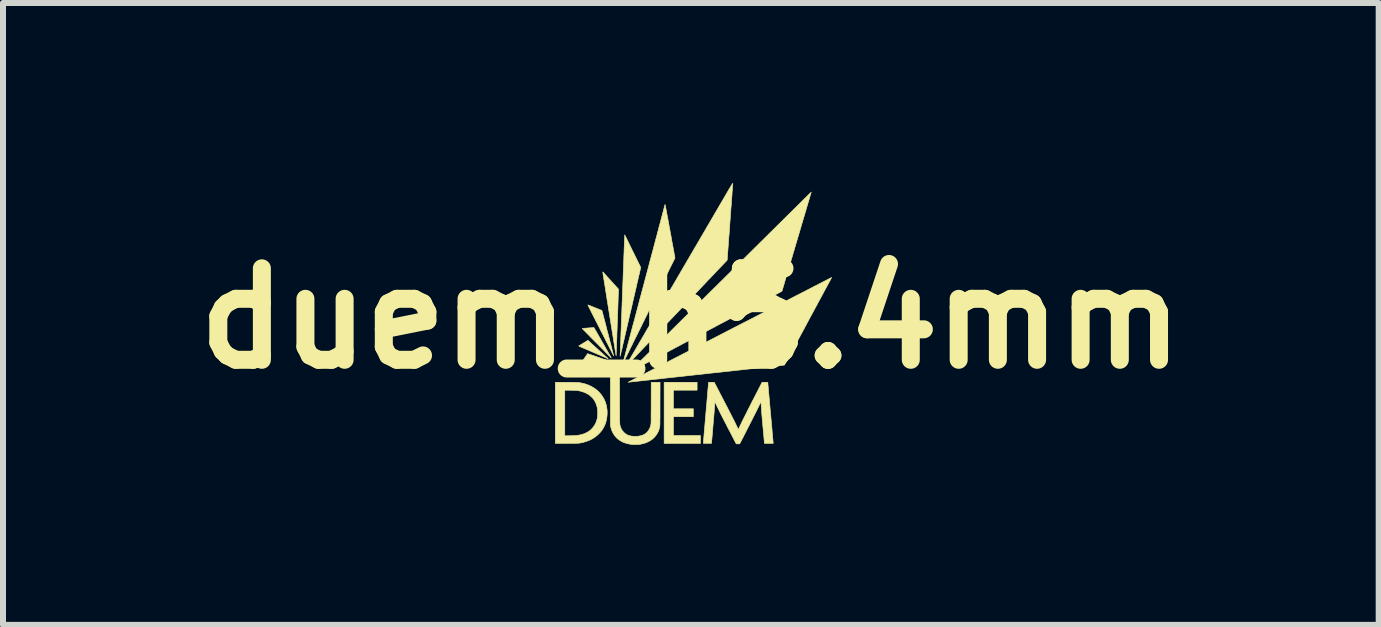
<source format=kicad_pcb>
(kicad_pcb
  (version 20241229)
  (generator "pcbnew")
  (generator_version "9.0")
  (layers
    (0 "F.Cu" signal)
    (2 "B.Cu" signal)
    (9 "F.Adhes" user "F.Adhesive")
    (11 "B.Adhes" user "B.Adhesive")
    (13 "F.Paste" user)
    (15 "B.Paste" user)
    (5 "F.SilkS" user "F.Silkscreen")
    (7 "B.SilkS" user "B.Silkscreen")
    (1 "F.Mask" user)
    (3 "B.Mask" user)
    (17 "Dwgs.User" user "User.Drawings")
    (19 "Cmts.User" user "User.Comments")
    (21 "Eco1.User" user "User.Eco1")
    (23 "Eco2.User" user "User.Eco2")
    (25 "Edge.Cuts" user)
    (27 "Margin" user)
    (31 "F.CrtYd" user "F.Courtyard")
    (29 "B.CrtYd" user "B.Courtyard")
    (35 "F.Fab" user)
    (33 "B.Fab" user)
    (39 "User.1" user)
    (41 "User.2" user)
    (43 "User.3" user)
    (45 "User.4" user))
  (footprint "duem_h5.4mm"
    (layer "F.Cu")
    (at 8.462 2.256)
    (property "Reference" "duem_h5.4mm" (at 0 0 0) (layer "F.SilkS") (effects (font (size 1.524 1.524) (thickness 0.3))))
    (attr through_hole)
    (fp_poly (pts (xy 0.104 1.196) (xy -0.29 1.196) (xy -0.29 1.506) (xy 0.041 1.506) (xy 0.041 1.638) (xy -0.29 1.638) (xy -0.29 1.951) (xy 0.16 1.951) (xy 0.16 2.083) (xy -0.445 2.083) (xy -0.445 1.064) (xy 0.104 1.064) (xy 0.104 1.196)) (stroke (width 0.01) (type solid)) (fill yes) (layer "F.SilkS"))
    (fp_poly (pts (xy -1.566 0.64) (xy -1.54 0.649) (xy -1.515 0.657) (xy -1.492 0.665) (xy -1.471 0.673) (xy -1.453 0.679) (xy -1.438 0.684) (xy -1.426 0.688) (xy -1.419 0.691) (xy -1.416 0.693) (xy -1.415 0.693) (xy -1.418 0.693) (xy -1.426 0.694) (xy -1.438 0.695) (xy -1.454 0.696) (xy -1.473 0.697) (xy -1.495 0.699) (xy -1.52 0.7) (xy -1.547 0.702) (xy -1.575 0.704) (xy -1.598 0.706) (xy -1.628 0.708) (xy -1.657 0.71) (xy -1.684 0.712) (xy -1.71 0.714) (xy -1.733 0.716) (xy -1.753 0.717) (xy -1.77 0.718) (xy -1.782 0.719) (xy -1.791 0.72) (xy -1.794 0.72) (xy -1.802 0.721) (xy -1.809 0.721) (xy -1.811 0.72) (xy -1.811 0.72) (xy -1.81 0.718) (xy -1.806 0.711) (xy -1.8 0.702) (xy -1.792 0.69) (xy -1.782 0.676) (xy -1.771 0.661) (xy -1.766 0.653) (xy -1.721 0.587) (xy -1.566 0.64)) (stroke (width 0.01) (type solid)) (fill yes) (layer "F.SilkS"))
    (fp_poly (pts (xy -1.451 0.727) (xy -1.454 0.728) (xy -1.46 0.732) (xy -1.469 0.738) (xy -1.483 0.745) (xy -1.499 0.754) (xy -1.517 0.764) (xy -1.538 0.776) (xy -1.561 0.789) (xy -1.585 0.802) (xy -1.587 0.803) (xy -1.613 0.818) (xy -1.638 0.831) (xy -1.66 0.843) (xy -1.679 0.853) (xy -1.694 0.862) (xy -1.707 0.868) (xy -1.715 0.872) (xy -1.72 0.874) (xy -1.721 0.874) (xy -1.72 0.871) (xy -1.717 0.863) (xy -1.713 0.852) (xy -1.708 0.839) (xy -1.702 0.823) (xy -1.697 0.81) (xy -1.691 0.794) (xy -1.686 0.779) (xy -1.681 0.767) (xy -1.678 0.757) (xy -1.675 0.751) (xy -1.675 0.749) (xy -1.672 0.749) (xy -1.665 0.748) (xy -1.654 0.747) (xy -1.64 0.745) (xy -1.624 0.744) (xy -1.605 0.742) (xy -1.585 0.74) (xy -1.565 0.738) (xy -1.544 0.736) (xy -1.524 0.734) (xy -1.506 0.732) (xy -1.489 0.73) (xy -1.474 0.729) (xy -1.463 0.728) (xy -1.455 0.727) (xy -1.452 0.727) (xy -1.451 0.727)) (stroke (width 0.01) (type solid)) (fill yes) (layer "F.SilkS"))
    (fp_poly (pts (xy -1.555 0.51) (xy -1.525 0.537) (xy -1.499 0.561) (xy -1.476 0.581) (xy -1.456 0.6) (xy -1.439 0.615) (xy -1.425 0.628) (xy -1.413 0.639) (xy -1.403 0.648) (xy -1.395 0.655) (xy -1.389 0.66) (xy -1.385 0.664) (xy -1.382 0.667) (xy -1.38 0.669) (xy -1.379 0.67) (xy -1.379 0.67) (xy -1.379 0.671) (xy -1.38 0.67) (xy -1.38 0.67) (xy -1.384 0.669) (xy -1.39 0.667) (xy -1.4 0.663) (xy -1.412 0.658) (xy -1.415 0.656) (xy -1.422 0.653) (xy -1.434 0.648) (xy -1.45 0.641) (xy -1.469 0.633) (xy -1.49 0.624) (xy -1.514 0.613) (xy -1.54 0.602) (xy -1.568 0.59) (xy -1.597 0.578) (xy -1.626 0.565) (xy -1.655 0.553) (xy -1.684 0.54) (xy -1.712 0.528) (xy -1.739 0.516) (xy -1.765 0.506) (xy -1.788 0.496) (xy -1.808 0.487) (xy -1.818 0.483) (xy -1.836 0.475) (xy -1.85 0.469) (xy -1.859 0.464) (xy -1.865 0.461) (xy -1.867 0.459) (xy -1.866 0.458) (xy -1.863 0.456) (xy -1.857 0.452) (xy -1.847 0.446) (xy -1.834 0.438) (xy -1.819 0.429) (xy -1.802 0.419) (xy -1.789 0.41) (xy -1.715 0.365) (xy -1.555 0.51)) (stroke (width 0.01) (type solid)) (fill yes) (layer "F.SilkS"))
    (fp_poly (pts (xy -1.614 0.153) (xy -1.613 0.155) (xy -1.609 0.161) (xy -1.603 0.172) (xy -1.596 0.186) (xy -1.586 0.203) (xy -1.574 0.223) (xy -1.561 0.246) (xy -1.546 0.271) (xy -1.531 0.299) (xy -1.514 0.328) (xy -1.496 0.359) (xy -1.478 0.392) (xy -1.471 0.404) (xy -1.452 0.437) (xy -1.434 0.468) (xy -1.417 0.498) (xy -1.4 0.527) (xy -1.385 0.553) (xy -1.372 0.577) (xy -1.36 0.598) (xy -1.349 0.617) (xy -1.34 0.632) (xy -1.334 0.644) (xy -1.329 0.652) (xy -1.327 0.656) (xy -1.327 0.656) (xy -1.326 0.658) (xy -1.327 0.658) (xy -1.328 0.656) (xy -1.334 0.651) (xy -1.342 0.643) (xy -1.352 0.632) (xy -1.366 0.619) (xy -1.381 0.604) (xy -1.398 0.587) (xy -1.416 0.568) (xy -1.435 0.549) (xy -1.438 0.545) (xy -1.46 0.523) (xy -1.485 0.498) (xy -1.513 0.47) (xy -1.541 0.441) (xy -1.57 0.412) (xy -1.6 0.382) (xy -1.629 0.353) (xy -1.656 0.325) (xy -1.68 0.301) (xy -1.81 0.169) (xy -1.801 0.167) (xy -1.796 0.167) (xy -1.787 0.166) (xy -1.775 0.164) (xy -1.76 0.163) (xy -1.743 0.162) (xy -1.725 0.16) (xy -1.706 0.159) (xy -1.687 0.157) (xy -1.669 0.156) (xy -1.653 0.155) (xy -1.638 0.154) (xy -1.627 0.153) (xy -1.619 0.153) (xy -1.615 0.153) (xy -1.614 0.153)) (stroke (width 0.01) (type solid)) (fill yes) (layer "F.SilkS"))
    (fp_poly (pts (xy -1.714 -0.224) (xy -1.707 -0.222) (xy -1.697 -0.218) (xy -1.684 -0.213) (xy -1.668 -0.207) (xy -1.65 -0.2) (xy -1.631 -0.192) (xy -1.611 -0.184) (xy -1.591 -0.176) (xy -1.571 -0.168) (xy -1.551 -0.16) (xy -1.533 -0.153) (xy -1.517 -0.146) (xy -1.503 -0.141) (xy -1.493 -0.136) (xy -1.485 -0.133) (xy -1.482 -0.132) (xy -1.482 -0.131) (xy -1.481 -0.13) (xy -1.48 -0.127) (xy -1.479 -0.121) (xy -1.477 -0.113) (xy -1.474 -0.102) (xy -1.47 -0.088) (xy -1.465 -0.07) (xy -1.46 -0.049) (xy -1.453 -0.023) (xy -1.445 0.007) (xy -1.436 0.041) (xy -1.435 0.045) (xy -1.429 0.068) (xy -1.423 0.091) (xy -1.417 0.114) (xy -1.411 0.137) (xy -1.405 0.161) (xy -1.399 0.186) (xy -1.392 0.213) (xy -1.384 0.241) (xy -1.376 0.272) (xy -1.368 0.305) (xy -1.358 0.342) (xy -1.348 0.382) (xy -1.336 0.425) (xy -1.324 0.473) (xy -1.311 0.524) (xy -1.305 0.546) (xy -1.3 0.566) (xy -1.295 0.584) (xy -1.292 0.599) (xy -1.289 0.611) (xy -1.287 0.619) (xy -1.286 0.623) (xy -1.286 0.624) (xy -1.287 0.622) (xy -1.29 0.616) (xy -1.295 0.606) (xy -1.302 0.594) (xy -1.31 0.579) (xy -1.318 0.562) (xy -1.325 0.548) (xy -1.336 0.526) (xy -1.349 0.502) (xy -1.362 0.475) (xy -1.376 0.447) (xy -1.39 0.42) (xy -1.403 0.395) (xy -1.408 0.384) (xy -1.42 0.362) (xy -1.432 0.337) (xy -1.446 0.309) (xy -1.461 0.28) (xy -1.476 0.25) (xy -1.491 0.222) (xy -1.505 0.195) (xy -1.509 0.185) (xy -1.521 0.161) (xy -1.534 0.137) (xy -1.546 0.114) (xy -1.557 0.091) (xy -1.568 0.07) (xy -1.577 0.052) (xy -1.585 0.038) (xy -1.589 0.029) (xy -1.603 0.001) (xy -1.618 -0.028) (xy -1.632 -0.056) (xy -1.646 -0.083) (xy -1.659 -0.109) (xy -1.671 -0.133) (xy -1.682 -0.155) (xy -1.692 -0.174) (xy -1.7 -0.191) (xy -1.707 -0.205) (xy -1.712 -0.216) (xy -1.715 -0.222) (xy -1.716 -0.225) (xy -1.716 -0.225) (xy -1.714 -0.224)) (stroke (width 0.01) (type solid)) (fill yes) (layer "F.SilkS"))
    (fp_poly (pts (xy -1.466 -0.773) (xy -1.461 -0.769) (xy -1.454 -0.762) (xy -1.446 -0.754) (xy -1.443 -0.75) (xy -1.433 -0.739) (xy -1.42 -0.725) (xy -1.406 -0.709) (xy -1.39 -0.691) (xy -1.373 -0.672) (xy -1.355 -0.653) (xy -1.337 -0.633) (xy -1.319 -0.613) (xy -1.302 -0.594) (xy -1.286 -0.577) (xy -1.272 -0.561) (xy -1.259 -0.548) (xy -1.25 -0.537) (xy -1.243 -0.529) (xy -1.242 -0.528) (xy -1.233 -0.518) (xy -1.224 -0.509) (xy -1.217 -0.501) (xy -1.213 -0.496) (xy -1.213 -0.496) (xy -1.206 -0.487) (xy -1.216 -0.177) (xy -1.218 -0.136) (xy -1.219 -0.096) (xy -1.221 -0.056) (xy -1.222 -0.018) (xy -1.223 0.018) (xy -1.224 0.053) (xy -1.226 0.085) (xy -1.227 0.114) (xy -1.227 0.14) (xy -1.228 0.162) (xy -1.229 0.18) (xy -1.229 0.194) (xy -1.23 0.199) (xy -1.23 0.213) (xy -1.231 0.232) (xy -1.232 0.254) (xy -1.232 0.28) (xy -1.233 0.308) (xy -1.234 0.338) (xy -1.236 0.369) (xy -1.237 0.401) (xy -1.238 0.433) (xy -1.238 0.444) (xy -1.239 0.474) (xy -1.24 0.502) (xy -1.241 0.528) (xy -1.242 0.552) (xy -1.243 0.573) (xy -1.244 0.591) (xy -1.244 0.606) (xy -1.245 0.616) (xy -1.245 0.622) (xy -1.245 0.624) (xy -1.246 0.622) (xy -1.247 0.615) (xy -1.249 0.604) (xy -1.251 0.59) (xy -1.254 0.572) (xy -1.258 0.552) (xy -1.261 0.53) (xy -1.264 0.51) (xy -1.269 0.483) (xy -1.274 0.452) (xy -1.279 0.416) (xy -1.286 0.376) (xy -1.292 0.333) (xy -1.3 0.287) (xy -1.308 0.238) (xy -1.316 0.187) (xy -1.324 0.134) (xy -1.333 0.079) (xy -1.342 0.023) (xy -1.351 -0.033) (xy -1.36 -0.09) (xy -1.369 -0.147) (xy -1.378 -0.204) (xy -1.387 -0.26) (xy -1.396 -0.314) (xy -1.404 -0.368) (xy -1.412 -0.419) (xy -1.42 -0.468) (xy -1.427 -0.514) (xy -1.434 -0.558) (xy -1.441 -0.598) (xy -1.446 -0.634) (xy -1.452 -0.665) (xy -1.454 -0.683) (xy -1.458 -0.704) (xy -1.461 -0.723) (xy -1.463 -0.739) (xy -1.465 -0.754) (xy -1.467 -0.764) (xy -1.467 -0.771) (xy -1.468 -0.774) (xy -1.466 -0.773)) (stroke (width 0.01) (type solid)) (fill yes) (layer "F.SilkS"))
    (fp_poly (pts (xy -2.072 1.065) (xy -2.036 1.065) (xy -2.006 1.065) (xy -1.979 1.066) (xy -1.956 1.066) (xy -1.937 1.066) (xy -1.921 1.066) (xy -1.907 1.067) (xy -1.896 1.067) (xy -1.886 1.068) (xy -1.878 1.068) (xy -1.871 1.069) (xy -1.864 1.07) (xy -1.857 1.071) (xy -1.852 1.071) (xy -1.813 1.079) (xy -1.777 1.087) (xy -1.744 1.097) (xy -1.711 1.109) (xy -1.678 1.124) (xy -1.673 1.126) (xy -1.627 1.151) (xy -1.586 1.179) (xy -1.548 1.21) (xy -1.514 1.245) (xy -1.484 1.283) (xy -1.458 1.324) (xy -1.44 1.358) (xy -1.423 1.399) (xy -1.41 1.442) (xy -1.401 1.487) (xy -1.395 1.534) (xy -1.394 1.581) (xy -1.397 1.627) (xy -1.403 1.673) (xy -1.413 1.718) (xy -1.427 1.761) (xy -1.442 1.795) (xy -1.458 1.825) (xy -1.474 1.852) (xy -1.492 1.876) (xy -1.512 1.9) (xy -1.529 1.919) (xy -1.566 1.953) (xy -1.605 1.983) (xy -1.648 2.01) (xy -1.694 2.032) (xy -1.744 2.051) (xy -1.796 2.066) (xy -1.849 2.077) (xy -1.855 2.078) (xy -1.861 2.078) (xy -1.868 2.079) (xy -1.876 2.08) (xy -1.887 2.08) (xy -1.899 2.08) (xy -1.913 2.081) (xy -1.931 2.081) (xy -1.952 2.081) (xy -1.976 2.082) (xy -2.005 2.082) (xy -2.038 2.082) (xy -2.067 2.082) (xy -2.258 2.083) (xy -2.258 1.956) (xy -2.101 1.956) (xy -2.01 1.955) (xy -1.988 1.955) (xy -1.967 1.954) (xy -1.947 1.953) (xy -1.929 1.953) (xy -1.915 1.952) (xy -1.904 1.951) (xy -1.899 1.951) (xy -1.85 1.942) (xy -1.805 1.931) (xy -1.764 1.916) (xy -1.726 1.897) (xy -1.692 1.876) (xy -1.662 1.851) (xy -1.635 1.822) (xy -1.627 1.812) (xy -1.606 1.783) (xy -1.589 1.753) (xy -1.576 1.722) (xy -1.565 1.688) (xy -1.558 1.657) (xy -1.556 1.648) (xy -1.555 1.638) (xy -1.554 1.626) (xy -1.554 1.611) (xy -1.553 1.593) (xy -1.553 1.576) (xy -1.553 1.556) (xy -1.554 1.54) (xy -1.554 1.527) (xy -1.555 1.517) (xy -1.556 1.507) (xy -1.557 1.497) (xy -1.559 1.489) (xy -1.57 1.448) (xy -1.585 1.409) (xy -1.604 1.372) (xy -1.617 1.351) (xy -1.628 1.338) (xy -1.641 1.323) (xy -1.656 1.308) (xy -1.672 1.294) (xy -1.686 1.281) (xy -1.694 1.275) (xy -1.73 1.253) (xy -1.768 1.235) (xy -1.81 1.22) (xy -1.856 1.208) (xy -1.886 1.202) (xy -1.895 1.201) (xy -1.907 1.2) (xy -1.921 1.199) (xy -1.939 1.199) (xy -1.96 1.198) (xy -1.986 1.197) (xy -2.006 1.197) (xy -2.101 1.196) (xy -2.101 1.956) (xy -2.258 1.956) (xy -2.258 1.064) (xy -2.072 1.065)) (stroke (width 0.01) (type solid)) (fill yes) (layer "F.SilkS"))
    (fp_poly (pts (xy -1.188 1.244) (xy -1.188 1.304) (xy -1.188 1.36) (xy -1.188 1.411) (xy -1.188 1.457) (xy -1.188 1.499) (xy -1.187 1.538) (xy -1.187 1.572) (xy -1.187 1.603) (xy -1.187 1.631) (xy -1.187 1.655) (xy -1.186 1.677) (xy -1.186 1.696) (xy -1.186 1.712) (xy -1.185 1.727) (xy -1.185 1.739) (xy -1.184 1.749) (xy -1.184 1.758) (xy -1.183 1.766) (xy -1.182 1.772) (xy -1.181 1.778) (xy -1.18 1.783) (xy -1.179 1.787) (xy -1.178 1.791) (xy -1.177 1.795) (xy -1.175 1.8) (xy -1.174 1.804) (xy -1.173 1.805) (xy -1.161 1.837) (xy -1.144 1.866) (xy -1.124 1.891) (xy -1.101 1.913) (xy -1.076 1.931) (xy -1.049 1.945) (xy -1.019 1.955) (xy -0.985 1.962) (xy -0.95 1.965) (xy -0.914 1.966) (xy -0.878 1.963) (xy -0.843 1.957) (xy -0.811 1.948) (xy -0.798 1.943) (xy -0.77 1.929) (xy -0.745 1.911) (xy -0.722 1.889) (xy -0.703 1.862) (xy -0.693 1.846) (xy -0.685 1.829) (xy -0.678 1.811) (xy -0.672 1.792) (xy -0.667 1.774) (xy -0.667 1.771) (xy -0.666 1.768) (xy -0.665 1.764) (xy -0.665 1.76) (xy -0.664 1.755) (xy -0.664 1.749) (xy -0.663 1.742) (xy -0.663 1.733) (xy -0.663 1.722) (xy -0.662 1.709) (xy -0.662 1.694) (xy -0.662 1.676) (xy -0.662 1.655) (xy -0.662 1.631) (xy -0.662 1.603) (xy -0.662 1.572) (xy -0.661 1.536) (xy -0.661 1.496) (xy -0.661 1.452) (xy -0.661 1.408) (xy -0.66 1.064) (xy -0.513 1.064) (xy -0.514 1.427) (xy -0.514 1.477) (xy -0.514 1.522) (xy -0.514 1.563) (xy -0.514 1.599) (xy -0.514 1.632) (xy -0.514 1.66) (xy -0.515 1.685) (xy -0.515 1.707) (xy -0.515 1.726) (xy -0.515 1.742) (xy -0.515 1.756) (xy -0.516 1.767) (xy -0.516 1.777) (xy -0.516 1.784) (xy -0.517 1.791) (xy -0.517 1.796) (xy -0.518 1.8) (xy -0.518 1.804) (xy -0.519 1.807) (xy -0.52 1.811) (xy -0.52 1.813) (xy -0.531 1.853) (xy -0.545 1.889) (xy -0.563 1.922) (xy -0.584 1.953) (xy -0.608 1.981) (xy -0.639 2.01) (xy -0.674 2.035) (xy -0.712 2.056) (xy -0.753 2.074) (xy -0.797 2.087) (xy -0.844 2.097) (xy -0.845 2.097) (xy -0.861 2.099) (xy -0.879 2.1) (xy -0.9 2.101) (xy -0.922 2.102) (xy -0.943 2.102) (xy -0.962 2.102) (xy -0.978 2.101) (xy -0.979 2.101) (xy -1.028 2.093) (xy -1.074 2.082) (xy -1.117 2.068) (xy -1.157 2.049) (xy -1.193 2.026) (xy -1.227 2) (xy -1.245 1.982) (xy -1.271 1.951) (xy -1.293 1.917) (xy -1.312 1.881) (xy -1.326 1.841) (xy -1.334 1.812) (xy -1.34 1.787) (xy -1.34 1.263) (xy -1.341 0.739) (xy -1.189 0.739) (xy -1.188 1.244)) (stroke (width 0.01) (type solid)) (fill yes) (layer "F.SilkS"))
    (fp_poly (pts (xy -1.1 -1.389) (xy -1.097 -1.383) (xy -1.092 -1.374) (xy -1.087 -1.363) (xy -1.08 -1.35) (xy -1.08 -1.349) (xy -1.077 -1.342) (xy -1.073 -1.335) (xy -1.069 -1.327) (xy -1.065 -1.318) (xy -1.06 -1.308) (xy -1.055 -1.297) (xy -1.048 -1.284) (xy -1.041 -1.27) (xy -1.033 -1.253) (xy -1.024 -1.234) (xy -1.013 -1.212) (xy -1.001 -1.187) (xy -0.987 -1.158) (xy -0.971 -1.126) (xy -0.953 -1.09) (xy -0.933 -1.05) (xy -0.929 -1.041) (xy -0.918 -1.019) (xy -0.907 -0.996) (xy -0.895 -0.972) (xy -0.884 -0.95) (xy -0.874 -0.929) (xy -0.865 -0.911) (xy -0.86 -0.901) (xy -0.835 -0.848) (xy -0.876 -0.671) (xy -0.884 -0.636) (xy -0.893 -0.599) (xy -0.902 -0.56) (xy -0.911 -0.519) (xy -0.921 -0.476) (xy -0.932 -0.43) (xy -0.943 -0.381) (xy -0.955 -0.329) (xy -0.968 -0.275) (xy -0.981 -0.216) (xy -0.995 -0.155) (xy -1.011 -0.089) (xy -1.027 -0.02) (xy -1.044 0.054) (xy -1.062 0.132) (xy -1.081 0.214) (xy -1.1 0.296) (xy -1.109 0.336) (xy -1.118 0.375) (xy -1.127 0.412) (xy -1.135 0.447) (xy -1.142 0.48) (xy -1.149 0.51) (xy -1.156 0.538) (xy -1.162 0.562) (xy -1.167 0.583) (xy -1.171 0.601) (xy -1.174 0.614) (xy -1.176 0.623) (xy -1.177 0.628) (xy -1.177 0.629) (xy -1.178 0.627) (xy -1.178 0.622) (xy -1.178 0.612) (xy -1.177 0.601) (xy -1.177 0.596) (xy -1.177 0.589) (xy -1.177 0.577) (xy -1.176 0.562) (xy -1.175 0.542) (xy -1.174 0.518) (xy -1.173 0.49) (xy -1.172 0.46) (xy -1.171 0.427) (xy -1.17 0.391) (xy -1.168 0.353) (xy -1.167 0.313) (xy -1.165 0.271) (xy -1.164 0.228) (xy -1.162 0.188) (xy -1.16 0.144) (xy -1.159 0.1) (xy -1.157 0.057) (xy -1.156 0.015) (xy -1.154 -0.024) (xy -1.153 -0.062) (xy -1.151 -0.098) (xy -1.15 -0.131) (xy -1.149 -0.161) (xy -1.148 -0.187) (xy -1.147 -0.21) (xy -1.146 -0.228) (xy -1.146 -0.242) (xy -1.146 -0.25) (xy -1.144 -0.28) (xy -1.143 -0.315) (xy -1.142 -0.355) (xy -1.14 -0.4) (xy -1.138 -0.449) (xy -1.136 -0.504) (xy -1.134 -0.564) (xy -1.131 -0.629) (xy -1.13 -0.652) (xy -1.128 -0.724) (xy -1.125 -0.792) (xy -1.123 -0.855) (xy -1.12 -0.914) (xy -1.118 -0.968) (xy -1.117 -1.018) (xy -1.115 -1.064) (xy -1.113 -1.106) (xy -1.112 -1.144) (xy -1.111 -1.179) (xy -1.109 -1.21) (xy -1.108 -1.238) (xy -1.107 -1.263) (xy -1.106 -1.285) (xy -1.106 -1.305) (xy -1.105 -1.322) (xy -1.104 -1.337) (xy -1.104 -1.349) (xy -1.103 -1.36) (xy -1.103 -1.368) (xy -1.103 -1.375) (xy -1.102 -1.381) (xy -1.102 -1.385) (xy -1.102 -1.388) (xy -1.102 -1.39) (xy -1.102 -1.391) (xy -1.102 -1.391) (xy -1.102 -1.391) (xy -1.1 -1.389)) (stroke (width 0.01) (type solid)) (fill yes) (layer "F.SilkS"))
    (fp_poly (pts (xy -0.429 -1.898) (xy -0.429 -1.896) (xy -0.428 -1.893) (xy -0.427 -1.888) (xy -0.426 -1.882) (xy -0.424 -1.874) (xy -0.422 -1.864) (xy -0.42 -1.852) (xy -0.417 -1.837) (xy -0.414 -1.82) (xy -0.41 -1.801) (xy -0.406 -1.778) (xy -0.401 -1.753) (xy -0.396 -1.724) (xy -0.39 -1.693) (xy -0.383 -1.657) (xy -0.376 -1.618) (xy -0.368 -1.575) (xy -0.36 -1.528) (xy -0.35 -1.477) (xy -0.34 -1.422) (xy -0.329 -1.362) (xy -0.318 -1.297) (xy -0.307 -1.241) (xy -0.264 -1.006) (xy -0.35 -0.834) (xy -0.365 -0.804) (xy -0.38 -0.773) (xy -0.395 -0.742) (xy -0.41 -0.712) (xy -0.424 -0.683) (xy -0.438 -0.656) (xy -0.45 -0.631) (xy -0.461 -0.61) (xy -0.469 -0.592) (xy -0.474 -0.583) (xy -0.481 -0.567) (xy -0.489 -0.551) (xy -0.498 -0.534) (xy -0.507 -0.515) (xy -0.517 -0.494) (xy -0.528 -0.472) (xy -0.541 -0.447) (xy -0.554 -0.42) (xy -0.569 -0.39) (xy -0.585 -0.358) (xy -0.603 -0.322) (xy -0.622 -0.282) (xy -0.644 -0.239) (xy -0.667 -0.192) (xy -0.693 -0.14) (xy -0.695 -0.136) (xy -0.708 -0.109) (xy -0.722 -0.081) (xy -0.735 -0.053) (xy -0.749 -0.026) (xy -0.762 0.000307) (xy -0.774 0.024) (xy -0.784 0.046) (xy -0.793 0.063) (xy -0.794 0.065) (xy -0.801 0.079) (xy -0.81 0.098) (xy -0.821 0.12) (xy -0.833 0.145) (xy -0.847 0.172) (xy -0.861 0.201) (xy -0.876 0.231) (xy -0.891 0.262) (xy -0.906 0.292) (xy -0.917 0.314) (xy -0.931 0.342) (xy -0.945 0.37) (xy -0.958 0.396) (xy -0.97 0.421) (xy -0.981 0.444) (xy -0.991 0.464) (xy -1 0.481) (xy -1.007 0.495) (xy -1.012 0.505) (xy -1.015 0.512) (xy -1.015 0.512) (xy -1.019 0.52) (xy -1.024 0.532) (xy -1.031 0.546) (xy -1.039 0.562) (xy -1.049 0.581) (xy -1.058 0.6) (xy -1.068 0.62) (xy -1.078 0.64) (xy -1.088 0.66) (xy -1.098 0.679) (xy -1.107 0.697) (xy -1.115 0.713) (xy -1.122 0.726) (xy -1.127 0.737) (xy -1.131 0.744) (xy -1.132 0.747) (xy -1.132 0.747) (xy -1.133 0.746) (xy -1.132 0.744) (xy -1.131 0.74) (xy -1.129 0.732) (xy -1.126 0.722) (xy -1.123 0.709) (xy -1.121 0.705) (xy -1.119 0.697) (xy -1.116 0.684) (xy -1.112 0.668) (xy -1.106 0.647) (xy -1.1 0.624) (xy -1.093 0.599) (xy -1.086 0.571) (xy -1.078 0.541) (xy -1.07 0.51) (xy -1.061 0.478) (xy -1.059 0.47) (xy -1.051 0.44) (xy -1.042 0.406) (xy -1.032 0.368) (xy -1.021 0.328) (xy -1.01 0.284) (xy -0.998 0.239) (xy -0.986 0.193) (xy -0.973 0.146) (xy -0.961 0.099) (xy -0.948 0.053) (xy -0.936 0.008) (xy -0.925 -0.036) (xy -0.925 -0.037) (xy -0.913 -0.079) (xy -0.902 -0.122) (xy -0.89 -0.166) (xy -0.878 -0.211) (xy -0.867 -0.254) (xy -0.856 -0.297) (xy -0.845 -0.338) (xy -0.834 -0.377) (xy -0.825 -0.413) (xy -0.816 -0.446) (xy -0.808 -0.475) (xy -0.801 -0.501) (xy -0.8 -0.505) (xy -0.767 -0.63) (xy -0.735 -0.75) (xy -0.704 -0.866) (xy -0.675 -0.977) (xy -0.646 -1.084) (xy -0.622 -1.175) (xy -0.613 -1.209) (xy -0.603 -1.246) (xy -0.593 -1.285) (xy -0.583 -1.324) (xy -0.572 -1.363) (xy -0.562 -1.4) (xy -0.553 -1.436) (xy -0.544 -1.468) (xy -0.537 -1.497) (xy -0.536 -1.5) (xy -0.528 -1.531) (xy -0.518 -1.566) (xy -0.509 -1.602) (xy -0.499 -1.639) (xy -0.49 -1.675) (xy -0.48 -1.71) (xy -0.472 -1.742) (xy -0.465 -1.768) (xy -0.458 -1.792) (xy -0.452 -1.816) (xy -0.447 -1.837) (xy -0.442 -1.856) (xy -0.437 -1.872) (xy -0.434 -1.885) (xy -0.431 -1.894) (xy -0.43 -1.898) (xy -0.43 -1.899) (xy -0.43 -1.899) (xy -0.429 -1.898)) (stroke (width 0.01) (type solid)) (fill yes) (layer "F.SilkS"))
    (fp_poly (pts (xy 2.005 -2.102) (xy 2.003 -2.095) (xy 2 -2.084) (xy 1.996 -2.07) (xy 1.991 -2.053) (xy 1.985 -2.033) (xy 1.979 -2.011) (xy 1.972 -1.988) (xy 1.971 -1.984) (xy 1.963 -1.955) (xy 1.953 -1.924) (xy 1.944 -1.892) (xy 1.934 -1.86) (xy 1.925 -1.829) (xy 1.917 -1.8) (xy 1.909 -1.774) (xy 1.906 -1.765) (xy 1.9 -1.744) (xy 1.893 -1.72) (xy 1.884 -1.691) (xy 1.875 -1.661) (xy 1.866 -1.629) (xy 1.856 -1.596) (xy 1.846 -1.563) (xy 1.837 -1.531) (xy 1.83 -1.509) (xy 1.824 -1.487) (xy 1.816 -1.46) (xy 1.807 -1.43) (xy 1.797 -1.396) (xy 1.786 -1.359) (xy 1.774 -1.319) (xy 1.762 -1.277) (xy 1.749 -1.234) (xy 1.736 -1.19) (xy 1.723 -1.144) (xy 1.709 -1.099) (xy 1.696 -1.054) (xy 1.683 -1.009) (xy 1.679 -0.998) (xy 1.667 -0.955) (xy 1.654 -0.912) (xy 1.641 -0.87) (xy 1.629 -0.829) (xy 1.617 -0.788) (xy 1.606 -0.75) (xy 1.595 -0.713) (xy 1.585 -0.679) (xy 1.575 -0.647) (xy 1.567 -0.619) (xy 1.56 -0.594) (xy 1.554 -0.573) (xy 1.549 -0.557) (xy 1.547 -0.55) (xy 1.518 -0.453) (xy 0.897 -0.124) (xy 0.842 -0.095) (xy 0.788 -0.066) (xy 0.734 -0.037) (xy 0.68 -0.009) (xy 0.628 0.019) (xy 0.577 0.046) (xy 0.526 0.073) (xy 0.478 0.098) (xy 0.431 0.123) (xy 0.387 0.147) (xy 0.345 0.169) (xy 0.305 0.19) (xy 0.268 0.21) (xy 0.235 0.228) (xy 0.204 0.244) (xy 0.177 0.258) (xy 0.154 0.27) (xy 0.135 0.28) (xy 0.123 0.287) (xy 0.106 0.296) (xy 0.085 0.307) (xy 0.059 0.321) (xy 0.03 0.336) (xy -0.002 0.353) (xy -0.037 0.372) (xy -0.075 0.392) (xy -0.116 0.413) (xy -0.158 0.436) (xy -0.203 0.46) (xy -0.249 0.484) (xy -0.296 0.509) (xy -0.344 0.535) (xy -0.393 0.561) (xy -0.443 0.587) (xy -0.492 0.613) (xy -0.528 0.632) (xy -0.575 0.657) (xy -0.62 0.681) (xy -0.665 0.705) (xy -0.708 0.728) (xy -0.749 0.749) (xy -0.788 0.77) (xy -0.825 0.789) (xy -0.859 0.808) (xy -0.891 0.825) (xy -0.92 0.84) (xy -0.946 0.854) (xy -0.969 0.866) (xy -0.988 0.876) (xy -1.004 0.884) (xy -1.016 0.89) (xy -1.024 0.895) (xy -1.027 0.897) (xy -1.027 0.897) (xy -1.026 0.895) (xy -1.021 0.89) (xy -1.013 0.882) (xy -1.002 0.871) (xy -0.989 0.858) (xy -0.974 0.843) (xy -0.957 0.825) (xy -0.938 0.807) (xy -0.918 0.787) (xy -0.902 0.772) (xy -0.877 0.746) (xy -0.849 0.718) (xy -0.819 0.689) (xy -0.788 0.658) (xy -0.757 0.628) (xy -0.727 0.598) (xy -0.698 0.57) (xy -0.672 0.544) (xy -0.657 0.528) (xy -0.554 0.427) (xy -0.451 0.325) (xy -0.348 0.223) (xy -0.247 0.123) (xy -0.192 0.069) (xy -0.167 0.044) (xy -0.14 0.017) (xy -0.111 -0.012) (xy -0.081 -0.041) (xy -0.051 -0.071) (xy -0.022 -0.099) (xy 0.005 -0.126) (xy 0.03 -0.151) (xy 0.039 -0.16) (xy 0.063 -0.183) (xy 0.089 -0.209) (xy 0.117 -0.237) (xy 0.147 -0.266) (xy 0.177 -0.296) (xy 0.206 -0.325) (xy 0.234 -0.353) (xy 0.261 -0.379) (xy 0.272 -0.39) (xy 0.321 -0.439) (xy 0.372 -0.489) (xy 0.424 -0.54) (xy 0.476 -0.592) (xy 0.528 -0.643) (xy 0.579 -0.694) (xy 0.631 -0.745) (xy 0.681 -0.795) (xy 0.73 -0.843) (xy 0.777 -0.89) (xy 0.822 -0.935) (xy 0.866 -0.977) (xy 0.906 -1.017) (xy 0.943 -1.054) (xy 0.969 -1.08) (xy 0.992 -1.103) (xy 1.019 -1.129) (xy 1.047 -1.157) (xy 1.076 -1.186) (xy 1.106 -1.215) (xy 1.136 -1.245) (xy 1.164 -1.273) (xy 1.19 -1.298) (xy 1.201 -1.309) (xy 1.226 -1.334) (xy 1.254 -1.361) (xy 1.283 -1.39) (xy 1.313 -1.42) (xy 1.343 -1.45) (xy 1.372 -1.478) (xy 1.4 -1.506) (xy 1.425 -1.53) (xy 1.435 -1.541) (xy 1.459 -1.564) (xy 1.485 -1.59) (xy 1.514 -1.619) (xy 1.544 -1.648) (xy 1.574 -1.678) (xy 1.603 -1.707) (xy 1.632 -1.735) (xy 1.658 -1.761) (xy 1.669 -1.772) (xy 1.694 -1.796) (xy 1.721 -1.823) (xy 1.749 -1.851) (xy 1.778 -1.88) (xy 1.807 -1.909) (xy 1.836 -1.937) (xy 1.862 -1.963) (xy 1.886 -1.987) (xy 1.897 -1.998) (xy 1.917 -2.017) (xy 1.935 -2.035) (xy 1.952 -2.052) (xy 1.967 -2.067) (xy 1.98 -2.08) (xy 1.991 -2.09) (xy 1.999 -2.098) (xy 2.004 -2.103) (xy 2.006 -2.105) (xy 2.005 -2.102)) (stroke (width 0.01) (type solid)) (fill yes) (layer "F.SilkS"))
    (fp_poly (pts (xy 2.346 -0.682) (xy 2.345 -0.679) (xy 2.341 -0.673) (xy 2.336 -0.662) (xy 2.328 -0.647) (xy 2.318 -0.628) (xy 2.306 -0.606) (xy 2.292 -0.58) (xy 2.276 -0.551) (xy 2.259 -0.519) (xy 2.24 -0.484) (xy 2.219 -0.446) (xy 2.198 -0.406) (xy 2.174 -0.362) (xy 2.15 -0.317) (xy 2.124 -0.27) (xy 2.098 -0.22) (xy 2.07 -0.169) (xy 2.042 -0.116) (xy 2.012 -0.061) (xy 1.982 -0.006) (xy 1.953 0.048) (xy 1.923 0.105) (xy 1.893 0.161) (xy 1.864 0.215) (xy 1.835 0.268) (xy 1.808 0.319) (xy 1.781 0.368) (xy 1.755 0.416) (xy 1.731 0.461) (xy 1.708 0.504) (xy 1.686 0.544) (xy 1.666 0.582) (xy 1.647 0.617) (xy 1.63 0.649) (xy 1.614 0.678) (xy 1.601 0.703) (xy 1.589 0.725) (xy 1.579 0.743) (xy 1.571 0.758) (xy 1.565 0.768) (xy 1.562 0.775) (xy 1.561 0.777) (xy 1.558 0.777) (xy 1.551 0.778) (xy 1.539 0.78) (xy 1.524 0.782) (xy 1.505 0.784) (xy 1.484 0.786) (xy 1.459 0.789) (xy 1.433 0.792) (xy 1.405 0.795) (xy 1.39 0.797) (xy 1.37 0.799) (xy 1.35 0.801) (xy 1.329 0.803) (xy 1.306 0.806) (xy 1.283 0.808) (xy 1.258 0.811) (xy 1.232 0.814) (xy 1.203 0.817) (xy 1.173 0.82) (xy 1.141 0.824) (xy 1.107 0.828) (xy 1.069 0.832) (xy 1.03 0.836) (xy 0.987 0.841) (xy 0.941 0.846) (xy 0.892 0.851) (xy 0.84 0.857) (xy 0.784 0.863) (xy 0.724 0.87) (xy 0.66 0.877) (xy 0.592 0.884) (xy 0.52 0.892) (xy 0.443 0.901) (xy 0.361 0.909) (xy 0.316 0.914) (xy 0.272 0.919) (xy 0.226 0.924) (xy 0.178 0.93) (xy 0.13 0.935) (xy 0.082 0.94) (xy 0.034 0.945) (xy -0.013 0.95) (xy -0.057 0.955) (xy -0.099 0.96) (xy -0.138 0.964) (xy -0.173 0.968) (xy -0.194 0.97) (xy -0.246 0.976) (xy -0.293 0.981) (xy -0.336 0.986) (xy -0.376 0.99) (xy -0.414 0.994) (xy -0.449 0.998) (xy -0.484 1.002) (xy -0.518 1.006) (xy -0.551 1.01) (xy -0.586 1.013) (xy -0.621 1.017) (xy -0.659 1.021) (xy -0.698 1.026) (xy -0.742 1.03) (xy -0.788 1.035) (xy -0.808 1.038) (xy -0.841 1.041) (xy -0.873 1.045) (xy -0.903 1.048) (xy -0.931 1.051) (xy -0.956 1.054) (xy -0.979 1.056) (xy -0.998 1.059) (xy -1.014 1.06) (xy -1.026 1.062) (xy -1.033 1.063) (xy -1.036 1.063) (xy -1.041 1.063) (xy -1.044 1.063) (xy -1.044 1.063) (xy -1.042 1.062) (xy -1.038 1.06) (xy -1.03 1.056) (xy -1.02 1.051) (xy -1.007 1.044) (xy -0.99 1.035) (xy -0.97 1.025) (xy -0.946 1.013) (xy -0.919 0.998) (xy -0.888 0.983) (xy -0.853 0.965) (xy -0.814 0.945) (xy -0.772 0.923) (xy -0.724 0.898) (xy -0.673 0.872) (xy -0.635 0.852) (xy -0.576 0.822) (xy -0.521 0.794) (xy -0.471 0.768) (xy -0.424 0.744) (xy -0.381 0.722) (xy -0.342 0.701) (xy -0.307 0.683) (xy -0.274 0.666) (xy -0.245 0.651) (xy -0.218 0.638) (xy -0.195 0.626) (xy -0.174 0.615) (xy -0.161 0.608) (xy -0.154 0.604) (xy -0.142 0.598) (xy -0.126 0.59) (xy -0.107 0.58) (xy -0.084 0.569) (xy -0.059 0.556) (xy -0.032 0.542) (xy -0.002 0.526) (xy 0.029 0.51) (xy 0.062 0.493) (xy 0.096 0.476) (xy 0.13 0.458) (xy 0.136 0.455) (xy 0.171 0.437) (xy 0.209 0.418) (xy 0.251 0.396) (xy 0.296 0.373) (xy 0.343 0.349) (xy 0.392 0.324) (xy 0.441 0.298) (xy 0.492 0.272) (xy 0.542 0.246) (xy 0.592 0.22) (xy 0.641 0.195) (xy 0.687 0.171) (xy 0.732 0.148) (xy 0.734 0.147) (xy 0.779 0.124) (xy 0.825 0.1) (xy 0.874 0.075) (xy 0.924 0.05) (xy 0.974 0.024) (xy 1.025 -0.002) (xy 1.074 -0.028) (xy 1.123 -0.053) (xy 1.17 -0.077) (xy 1.215 -0.1) (xy 1.257 -0.122) (xy 1.296 -0.142) (xy 1.331 -0.16) (xy 1.332 -0.161) (xy 1.372 -0.181) (xy 1.414 -0.203) (xy 1.458 -0.225) (xy 1.503 -0.249) (xy 1.549 -0.273) (xy 1.595 -0.296) (xy 1.64 -0.319) (xy 1.684 -0.342) (xy 1.725 -0.363) (xy 1.763 -0.383) (xy 1.798 -0.4) (xy 1.803 -0.403) (xy 1.838 -0.421) (xy 1.874 -0.439) (xy 1.911 -0.458) (xy 1.947 -0.477) (xy 1.984 -0.496) (xy 2.019 -0.514) (xy 2.053 -0.532) (xy 2.084 -0.548) (xy 2.113 -0.562) (xy 2.137 -0.575) (xy 2.149 -0.581) (xy 2.174 -0.594) (xy 2.199 -0.607) (xy 2.223 -0.619) (xy 2.245 -0.631) (xy 2.265 -0.641) (xy 2.283 -0.65) (xy 2.298 -0.658) (xy 2.309 -0.664) (xy 2.314 -0.666) (xy 2.325 -0.672) (xy 2.335 -0.677) (xy 2.342 -0.68) (xy 2.346 -0.682) (xy 2.346 -0.682)) (stroke (width 0.01) (type solid)) (fill yes) (layer "F.SilkS"))
    (fp_poly (pts (xy 0.698 -2.25) (xy 0.698 -2.247) (xy 0.698 -2.238) (xy 0.697 -2.226) (xy 0.696 -2.21) (xy 0.695 -2.191) (xy 0.693 -2.169) (xy 0.691 -2.145) (xy 0.69 -2.12) (xy 0.688 -2.106) (xy 0.687 -2.083) (xy 0.685 -2.056) (xy 0.683 -2.026) (xy 0.68 -1.992) (xy 0.677 -1.955) (xy 0.675 -1.916) (xy 0.672 -1.875) (xy 0.668 -1.834) (xy 0.665 -1.792) (xy 0.662 -1.75) (xy 0.659 -1.709) (xy 0.658 -1.689) (xy 0.655 -1.65) (xy 0.652 -1.612) (xy 0.649 -1.574) (xy 0.647 -1.538) (xy 0.644 -1.503) (xy 0.642 -1.47) (xy 0.64 -1.44) (xy 0.638 -1.412) (xy 0.636 -1.388) (xy 0.634 -1.368) (xy 0.633 -1.352) (xy 0.632 -1.342) (xy 0.631 -1.327) (xy 0.63 -1.307) (xy 0.628 -1.283) (xy 0.626 -1.257) (xy 0.624 -1.228) (xy 0.622 -1.198) (xy 0.62 -1.168) (xy 0.617 -1.138) (xy 0.616 -1.122) (xy 0.605 -0.97) (xy 0.592 -0.957) (xy 0.589 -0.954) (xy 0.583 -0.947) (xy 0.574 -0.937) (xy 0.561 -0.924) (xy 0.546 -0.908) (xy 0.528 -0.889) (xy 0.508 -0.868) (xy 0.485 -0.844) (xy 0.46 -0.818) (xy 0.433 -0.79) (xy 0.405 -0.76) (xy 0.375 -0.728) (xy 0.343 -0.695) (xy 0.31 -0.66) (xy 0.276 -0.625) (xy 0.242 -0.588) (xy 0.223 -0.569) (xy 0.177 -0.52) (xy 0.134 -0.475) (xy 0.095 -0.434) (xy 0.058 -0.395) (xy 0.024 -0.359) (xy -0.007 -0.327) (xy -0.036 -0.296) (xy -0.063 -0.269) (xy -0.087 -0.243) (xy -0.109 -0.219) (xy -0.13 -0.198) (xy -0.149 -0.178) (xy -0.167 -0.159) (xy -0.183 -0.142) (xy -0.198 -0.126) (xy -0.213 -0.111) (xy -0.226 -0.097) (xy -0.239 -0.083) (xy -0.252 -0.07) (xy -0.264 -0.057) (xy -0.265 -0.056) (xy -0.269 -0.052) (xy -0.277 -0.044) (xy -0.288 -0.033) (xy -0.301 -0.018) (xy -0.318 -0.001) (xy -0.337 0.019) (xy -0.358 0.042) (xy -0.382 0.067) (xy -0.408 0.094) (xy -0.437 0.124) (xy -0.466 0.155) (xy -0.498 0.188) (xy -0.531 0.223) (xy -0.565 0.259) (xy -0.601 0.297) (xy -0.638 0.335) (xy -0.675 0.374) (xy -0.693 0.393) (xy -0.73 0.432) (xy -0.767 0.47) (xy -0.802 0.507) (xy -0.836 0.543) (xy -0.869 0.577) (xy -0.9 0.61) (xy -0.929 0.641) (xy -0.957 0.67) (xy -0.982 0.696) (xy -1.006 0.721) (xy -1.027 0.743) (xy -1.045 0.762) (xy -1.061 0.779) (xy -1.074 0.793) (xy -1.085 0.803) (xy -1.092 0.811) (xy -1.096 0.815) (xy -1.096 0.815) (xy -1.096 0.813) (xy -1.094 0.809) (xy -1.093 0.807) (xy -1.09 0.803) (xy -1.085 0.795) (xy -1.079 0.784) (xy -1.071 0.77) (xy -1.062 0.754) (xy -1.051 0.737) (xy -1.044 0.724) (xy -1.01 0.666) (xy -0.979 0.613) (xy -0.95 0.563) (xy -0.923 0.518) (xy -0.899 0.476) (xy -0.876 0.437) (xy -0.856 0.402) (xy -0.837 0.37) (xy -0.82 0.341) (xy -0.805 0.315) (xy -0.791 0.291) (xy -0.778 0.27) (xy -0.767 0.25) (xy -0.757 0.233) (xy -0.749 0.218) (xy -0.741 0.205) (xy -0.734 0.193) (xy -0.728 0.182) (xy -0.723 0.174) (xy -0.715 0.16) (xy -0.704 0.143) (xy -0.692 0.122) (xy -0.679 0.099) (xy -0.664 0.073) (xy -0.648 0.046) (xy -0.631 0.018) (xy -0.615 -0.011) (xy -0.598 -0.039) (xy -0.591 -0.052) (xy -0.574 -0.08) (xy -0.557 -0.109) (xy -0.541 -0.137) (xy -0.525 -0.165) (xy -0.509 -0.191) (xy -0.495 -0.216) (xy -0.482 -0.238) (xy -0.471 -0.257) (xy -0.462 -0.272) (xy -0.458 -0.278) (xy -0.451 -0.291) (xy -0.441 -0.308) (xy -0.429 -0.328) (xy -0.416 -0.352) (xy -0.401 -0.377) (xy -0.385 -0.404) (xy -0.368 -0.433) (xy -0.351 -0.462) (xy -0.334 -0.492) (xy -0.318 -0.519) (xy -0.3 -0.549) (xy -0.282 -0.58) (xy -0.264 -0.61) (xy -0.247 -0.64) (xy -0.23 -0.669) (xy -0.214 -0.697) (xy -0.199 -0.722) (xy -0.186 -0.744) (xy -0.175 -0.763) (xy -0.168 -0.776) (xy -0.16 -0.79) (xy -0.149 -0.807) (xy -0.137 -0.829) (xy -0.123 -0.853) (xy -0.107 -0.88) (xy -0.09 -0.909) (xy -0.072 -0.94) (xy -0.053 -0.972) (xy -0.033 -1.006) (xy -0.014 -1.04) (xy 0.006 -1.074) (xy 0.018 -1.093) (xy 0.037 -1.127) (xy 0.056 -1.16) (xy 0.075 -1.192) (xy 0.094 -1.223) (xy 0.111 -1.253) (xy 0.127 -1.281) (xy 0.143 -1.307) (xy 0.156 -1.33) (xy 0.168 -1.351) (xy 0.178 -1.368) (xy 0.186 -1.381) (xy 0.19 -1.388) (xy 0.197 -1.4) (xy 0.206 -1.415) (xy 0.217 -1.434) (xy 0.23 -1.456) (xy 0.244 -1.48) (xy 0.259 -1.507) (xy 0.275 -1.535) (xy 0.292 -1.563) (xy 0.31 -1.593) (xy 0.327 -1.623) (xy 0.331 -1.629) (xy 0.348 -1.658) (xy 0.365 -1.687) (xy 0.381 -1.716) (xy 0.397 -1.743) (xy 0.412 -1.769) (xy 0.426 -1.793) (xy 0.439 -1.814) (xy 0.45 -1.833) (xy 0.458 -1.848) (xy 0.465 -1.859) (xy 0.466 -1.861) (xy 0.472 -1.872) (xy 0.481 -1.886) (xy 0.491 -1.904) (xy 0.503 -1.924) (xy 0.517 -1.948) (xy 0.532 -1.973) (xy 0.547 -2) (xy 0.564 -2.028) (xy 0.58 -2.056) (xy 0.596 -2.084) (xy 0.616 -2.117) (xy 0.633 -2.147) (xy 0.648 -2.172) (xy 0.661 -2.193) (xy 0.671 -2.211) (xy 0.68 -2.225) (xy 0.687 -2.236) (xy 0.692 -2.244) (xy 0.695 -2.248) (xy 0.697 -2.251) (xy 0.698 -2.25)) (stroke (width 0.01) (type solid)) (fill yes) (layer "F.SilkS"))
    (fp_poly (pts (xy 0.408 1.098) (xy 0.415 1.112) (xy 0.424 1.129) (xy 0.434 1.149) (xy 0.446 1.172) (xy 0.458 1.195) (xy 0.471 1.22) (xy 0.483 1.244) (xy 0.496 1.268) (xy 0.508 1.292) (xy 0.519 1.313) (xy 0.529 1.332) (xy 0.537 1.348) (xy 0.543 1.36) (xy 0.545 1.363) (xy 0.575 1.421) (xy 0.603 1.475) (xy 0.629 1.525) (xy 0.652 1.571) (xy 0.674 1.613) (xy 0.693 1.651) (xy 0.711 1.685) (xy 0.726 1.716) (xy 0.74 1.744) (xy 0.752 1.769) (xy 0.762 1.79) (xy 0.771 1.809) (xy 0.771 1.809) (xy 0.777 1.822) (xy 0.783 1.834) (xy 0.787 1.842) (xy 0.79 1.848) (xy 0.791 1.849) (xy 0.793 1.847) (xy 0.796 1.841) (xy 0.801 1.832) (xy 0.807 1.82) (xy 0.813 1.806) (xy 0.815 1.8) (xy 0.822 1.786) (xy 0.831 1.767) (xy 0.842 1.743) (xy 0.855 1.717) (xy 0.87 1.686) (xy 0.887 1.653) (xy 0.905 1.617) (xy 0.925 1.578) (xy 0.945 1.536) (xy 0.967 1.493) (xy 0.991 1.447) (xy 1.014 1.4) (xy 1.039 1.352) (xy 1.065 1.302) (xy 1.091 1.252) (xy 1.117 1.201) (xy 1.125 1.185) (xy 1.133 1.169) (xy 1.143 1.15) (xy 1.153 1.131) (xy 1.162 1.112) (xy 1.166 1.106) (xy 1.187 1.064) (xy 1.282 1.064) (xy 1.287 1.126) (xy 1.289 1.14) (xy 1.29 1.159) (xy 1.292 1.182) (xy 1.295 1.209) (xy 1.297 1.239) (xy 1.3 1.271) (xy 1.303 1.307) (xy 1.307 1.344) (xy 1.31 1.384) (xy 1.314 1.425) (xy 1.318 1.467) (xy 1.321 1.51) (xy 1.325 1.553) (xy 1.329 1.596) (xy 1.333 1.639) (xy 1.337 1.681) (xy 1.341 1.723) (xy 1.344 1.762) (xy 1.348 1.8) (xy 1.351 1.836) (xy 1.354 1.87) (xy 1.356 1.9) (xy 1.359 1.928) (xy 1.361 1.952) (xy 1.363 1.971) (xy 1.364 1.987) (xy 1.365 1.998) (xy 1.365 1.999) (xy 1.367 2.017) (xy 1.368 2.035) (xy 1.37 2.05) (xy 1.371 2.062) (xy 1.371 2.071) (xy 1.372 2.076) (xy 1.372 2.076) (xy 1.372 2.083) (xy 1.227 2.083) (xy 1.226 2.072) (xy 1.225 2.068) (xy 1.224 2.06) (xy 1.223 2.047) (xy 1.222 2.03) (xy 1.22 2.011) (xy 1.218 1.988) (xy 1.216 1.963) (xy 1.213 1.935) (xy 1.21 1.906) (xy 1.208 1.876) (xy 1.205 1.845) (xy 1.202 1.814) (xy 1.199 1.783) (xy 1.197 1.752) (xy 1.194 1.722) (xy 1.191 1.694) (xy 1.189 1.667) (xy 1.187 1.643) (xy 1.185 1.621) (xy 1.183 1.603) (xy 1.182 1.587) (xy 1.181 1.576) (xy 1.181 1.576) (xy 1.18 1.565) (xy 1.179 1.549) (xy 1.178 1.531) (xy 1.176 1.51) (xy 1.175 1.489) (xy 1.174 1.469) (xy 1.172 1.446) (xy 1.171 1.427) (xy 1.17 1.413) (xy 1.169 1.403) (xy 1.168 1.396) (xy 1.167 1.393) (xy 1.166 1.392) (xy 1.165 1.392) (xy 1.164 1.395) (xy 1.161 1.401) (xy 1.157 1.41) (xy 1.152 1.422) (xy 1.149 1.426) (xy 1.144 1.438) (xy 1.137 1.453) (xy 1.128 1.471) (xy 1.118 1.492) (xy 1.106 1.516) (xy 1.093 1.543) (xy 1.077 1.574) (xy 1.06 1.608) (xy 1.041 1.645) (xy 1.02 1.687) (xy 0.997 1.732) (xy 0.972 1.782) (xy 0.944 1.835) (xy 0.915 1.893) (xy 0.902 1.919) (xy 0.892 1.938) (xy 0.881 1.959) (xy 0.87 1.982) (xy 0.858 2.005) (xy 0.847 2.026) (xy 0.844 2.031) (xy 0.814 2.09) (xy 0.785 2.09) (xy 0.756 2.09) (xy 0.643 1.871) (xy 0.62 1.829) (xy 0.6 1.79) (xy 0.583 1.755) (xy 0.566 1.724) (xy 0.552 1.696) (xy 0.539 1.671) (xy 0.528 1.649) (xy 0.518 1.63) (xy 0.509 1.612) (xy 0.501 1.597) (xy 0.494 1.583) (xy 0.488 1.57) (xy 0.482 1.559) (xy 0.477 1.548) (xy 0.472 1.537) (xy 0.467 1.527) (xy 0.461 1.516) (xy 0.456 1.505) (xy 0.451 1.493) (xy 0.444 1.481) (xy 0.443 1.478) (xy 0.434 1.459) (xy 0.426 1.442) (xy 0.418 1.426) (xy 0.412 1.413) (xy 0.407 1.404) (xy 0.403 1.397) (xy 0.402 1.395) (xy 0.401 1.397) (xy 0.4 1.403) (xy 0.399 1.413) (xy 0.398 1.424) (xy 0.398 1.425) (xy 0.397 1.447) (xy 0.395 1.473) (xy 0.393 1.504) (xy 0.39 1.54) (xy 0.387 1.581) (xy 0.383 1.626) (xy 0.379 1.676) (xy 0.374 1.731) (xy 0.369 1.789) (xy 0.364 1.852) (xy 0.364 1.857) (xy 0.344 2.082) (xy 0.276 2.082) (xy 0.256 2.082) (xy 0.24 2.082) (xy 0.228 2.082) (xy 0.22 2.082) (xy 0.214 2.082) (xy 0.211 2.081) (xy 0.209 2.08) (xy 0.208 2.079) (xy 0.208 2.078) (xy 0.208 2.074) (xy 0.209 2.066) (xy 0.21 2.054) (xy 0.211 2.038) (xy 0.213 2.019) (xy 0.215 1.997) (xy 0.217 1.973) (xy 0.219 1.948) (xy 0.221 1.925) (xy 0.227 1.855) (xy 0.233 1.788) (xy 0.238 1.723) (xy 0.244 1.659) (xy 0.249 1.598) (xy 0.254 1.54) (xy 0.259 1.484) (xy 0.264 1.431) (xy 0.268 1.38) (xy 0.272 1.333) (xy 0.276 1.289) (xy 0.279 1.249) (xy 0.282 1.212) (xy 0.285 1.179) (xy 0.288 1.15) (xy 0.29 1.125) (xy 0.292 1.104) (xy 0.293 1.088) (xy 0.294 1.076) (xy 0.294 1.069) (xy 0.295 1.067) (xy 0.296 1.066) (xy 0.3 1.065) (xy 0.307 1.065) (xy 0.318 1.064) (xy 0.334 1.064) (xy 0.342 1.064) (xy 0.39 1.064) (xy 0.408 1.098)) (stroke (width 0.01) (type solid)) (fill yes) (layer "F.SilkS")))
  (gr_rect
    (start -3 -3)
    (end 19.924 7.363)
    (stroke (width 0.1) (type default))
    (fill no)
    (layer "Edge.Cuts")))
</source>
